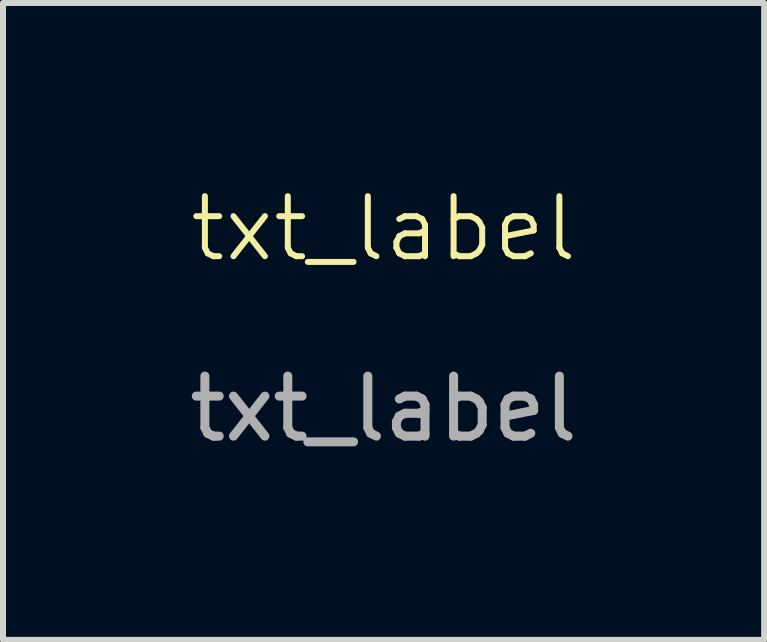
<source format=kicad_pcb>
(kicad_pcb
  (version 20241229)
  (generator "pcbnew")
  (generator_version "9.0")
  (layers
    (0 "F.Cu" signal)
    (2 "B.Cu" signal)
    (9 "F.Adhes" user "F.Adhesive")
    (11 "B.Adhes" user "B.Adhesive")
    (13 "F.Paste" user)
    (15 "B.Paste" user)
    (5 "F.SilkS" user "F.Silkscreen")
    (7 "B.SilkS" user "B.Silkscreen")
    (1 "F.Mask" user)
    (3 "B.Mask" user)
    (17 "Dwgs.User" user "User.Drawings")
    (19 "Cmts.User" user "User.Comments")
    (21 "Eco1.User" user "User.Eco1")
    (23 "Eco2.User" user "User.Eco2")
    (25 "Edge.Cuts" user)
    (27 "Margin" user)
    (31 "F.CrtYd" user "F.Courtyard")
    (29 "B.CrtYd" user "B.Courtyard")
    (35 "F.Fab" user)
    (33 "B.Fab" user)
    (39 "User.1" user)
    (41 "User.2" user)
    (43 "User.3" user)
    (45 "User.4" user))
  (footprint "txt_label"
    (layer "F.Cu")
    (at 3.339 1.26)
    (property "Reference" "txt_label" (at 0 -0.5 0) (unlocked yes) (layer "F.SilkS") (effects (font (size 1 1) (thickness 0.1))))
    (attr smd)
    (fp_text user "${REFERENCE}" (at 0 2.5 0) (unlocked yes) (layer "F.Fab") (effects (font (size 1 1) (thickness 0.15)))))
  (gr_rect
    (start -3 -3)
    (end 9.679 7.609)
    (stroke (width 0.1) (type default))
    (fill no)
    (layer "Edge.Cuts")))
</source>
